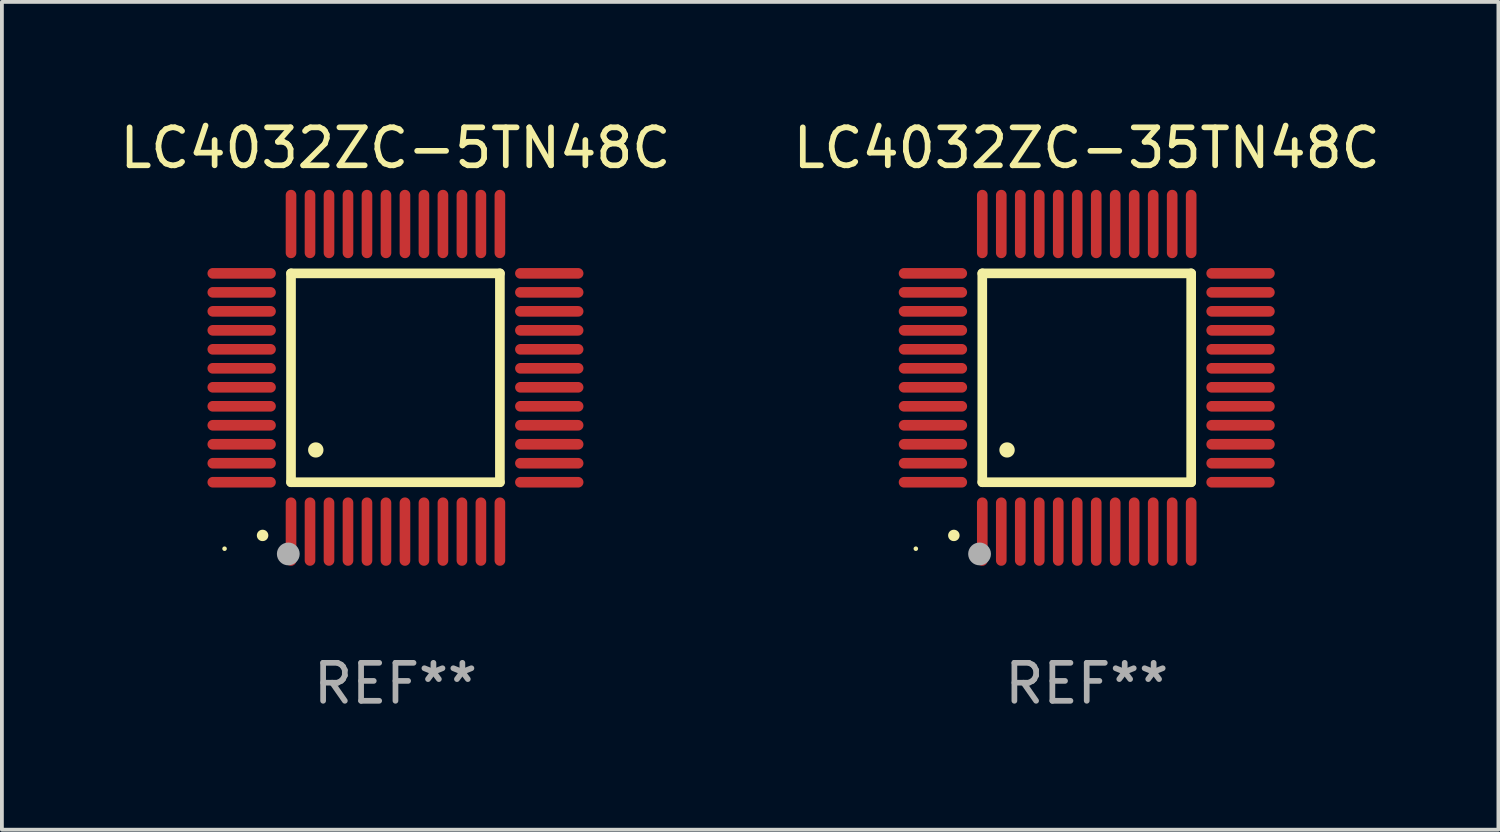
<source format=kicad_pcb>
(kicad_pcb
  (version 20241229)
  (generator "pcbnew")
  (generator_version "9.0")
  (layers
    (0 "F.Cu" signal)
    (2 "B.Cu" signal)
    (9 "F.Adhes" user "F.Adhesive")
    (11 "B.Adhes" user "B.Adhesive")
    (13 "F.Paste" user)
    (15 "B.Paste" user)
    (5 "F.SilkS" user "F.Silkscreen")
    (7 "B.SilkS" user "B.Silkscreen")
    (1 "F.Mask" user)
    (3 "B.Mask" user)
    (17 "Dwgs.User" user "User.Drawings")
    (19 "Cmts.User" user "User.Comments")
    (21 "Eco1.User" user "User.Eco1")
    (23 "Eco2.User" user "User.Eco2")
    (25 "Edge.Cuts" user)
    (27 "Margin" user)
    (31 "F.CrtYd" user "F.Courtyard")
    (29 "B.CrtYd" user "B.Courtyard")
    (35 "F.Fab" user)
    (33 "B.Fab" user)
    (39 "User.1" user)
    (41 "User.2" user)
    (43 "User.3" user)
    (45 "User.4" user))
  (footprint "LC4032ZC-5TN48C"
    (layer "F.Cu")
    (at 7.363 6.898)
    (property "Reference" "LC4032ZC-5TN48C" (at 0 -6.05 0) (layer "F.SilkS") (effects (font (size 1 1) (thickness 0.15))))
    (attr through_hole)
    (fp_line (start -2.75 -2.75) (end 2.75 -2.75) (stroke (width 0.254) (type solid)) (layer "F.SilkS"))
    (fp_line (start -2.75 2.75) (end -2.75 -2.75) (stroke (width 0.254) (type solid)) (layer "F.SilkS"))
    (fp_line (start 2.75 -2.75) (end 2.75 2.75) (stroke (width 0.254) (type solid)) (layer "F.SilkS"))
    (fp_line (start 2.75 2.75) (end -2.75 2.75) (stroke (width 0.254) (type solid)) (layer "F.SilkS"))
    (fp_arc (start -3.500127 4.150368) (mid -3.498857 4.150363) (end -3.497587 4.150368) (stroke (width 0.3) (type solid)) (layer "F.SilkS"))
    (fp_arc (start -2.100584 1.899924) (mid -2.098044 1.899908) (end -2.095504 1.899924) (stroke (width 0.4) (type solid)) (layer "F.SilkS"))
    (fp_circle (center -4.5 4.5) (end -4.47 4.5) (stroke (width 0.06) (type solid)) (fill no) (layer "F.SilkS"))
    (fp_circle (center -2.822 4.638) (end -2.672 4.638) (stroke (width 0.3) (type solid)) (fill no) (layer "F.Fab"))
    (fp_text user "REF**" (at 0 8.05 0) (layer "F.Fab") (effects (font (size 1 1) (thickness 0.15))))
    (pad "1" smd oval (at -2.75 4.05) (size 0.28 1.8) (layers "F.Cu" "F.Mask" "F.Paste"))
    (pad "2" smd oval (at -2.25 4.05) (size 0.28 1.8) (layers "F.Cu" "F.Mask" "F.Paste"))
    (pad "3" smd oval (at -1.75 4.05) (size 0.28 1.8) (layers "F.Cu" "F.Mask" "F.Paste"))
    (pad "4" smd oval (at -1.25 4.05) (size 0.28 1.8) (layers "F.Cu" "F.Mask" "F.Paste"))
    (pad "5" smd oval (at -0.75 4.05) (size 0.28 1.8) (layers "F.Cu" "F.Mask" "F.Paste"))
    (pad "6" smd oval (at -0.25 4.05) (size 0.28 1.8) (layers "F.Cu" "F.Mask" "F.Paste"))
    (pad "7" smd oval (at 0.25 4.05) (size 0.28 1.8) (layers "F.Cu" "F.Mask" "F.Paste"))
    (pad "8" smd oval (at 0.75 4.05) (size 0.28 1.8) (layers "F.Cu" "F.Mask" "F.Paste"))
    (pad "9" smd oval (at 1.25 4.05) (size 0.28 1.8) (layers "F.Cu" "F.Mask" "F.Paste"))
    (pad "10" smd oval (at 1.75 4.05) (size 0.28 1.8) (layers "F.Cu" "F.Mask" "F.Paste"))
    (pad "11" smd oval (at 2.25 4.05) (size 0.28 1.8) (layers "F.Cu" "F.Mask" "F.Paste"))
    (pad "12" smd oval (at 2.75 4.05) (size 0.28 1.8) (layers "F.Cu" "F.Mask" "F.Paste"))
    (pad "13" smd oval (at 4.05 2.75) (size 1.8 0.28) (layers "F.Cu" "F.Mask" "F.Paste"))
    (pad "14" smd oval (at 4.05 2.25) (size 1.8 0.28) (layers "F.Cu" "F.Mask" "F.Paste"))
    (pad "15" smd oval (at 4.05 1.75) (size 1.8 0.28) (layers "F.Cu" "F.Mask" "F.Paste"))
    (pad "16" smd oval (at 4.05 1.25) (size 1.8 0.28) (layers "F.Cu" "F.Mask" "F.Paste"))
    (pad "17" smd oval (at 4.05 0.75) (size 1.8 0.28) (layers "F.Cu" "F.Mask" "F.Paste"))
    (pad "18" smd oval (at 4.05 0.25) (size 1.8 0.28) (layers "F.Cu" "F.Mask" "F.Paste"))
    (pad "19" smd oval (at 4.05 -0.25) (size 1.8 0.28) (layers "F.Cu" "F.Mask" "F.Paste"))
    (pad "20" smd oval (at 4.05 -0.75) (size 1.8 0.28) (layers "F.Cu" "F.Mask" "F.Paste"))
    (pad "21" smd oval (at 4.05 -1.25) (size 1.8 0.28) (layers "F.Cu" "F.Mask" "F.Paste"))
    (pad "22" smd oval (at 4.05 -1.75) (size 1.8 0.28) (layers "F.Cu" "F.Mask" "F.Paste"))
    (pad "23" smd oval (at 4.05 -2.25) (size 1.8 0.28) (layers "F.Cu" "F.Mask" "F.Paste"))
    (pad "24" smd oval (at 4.05 -2.75) (size 1.8 0.28) (layers "F.Cu" "F.Mask" "F.Paste"))
    (pad "25" smd oval (at 2.75 -4.05) (size 0.28 1.8) (layers "F.Cu" "F.Mask" "F.Paste"))
    (pad "26" smd oval (at 2.25 -4.05) (size 0.28 1.8) (layers "F.Cu" "F.Mask" "F.Paste"))
    (pad "27" smd oval (at 1.75 -4.05) (size 0.28 1.8) (layers "F.Cu" "F.Mask" "F.Paste"))
    (pad "28" smd oval (at 1.25 -4.05) (size 0.28 1.8) (layers "F.Cu" "F.Mask" "F.Paste"))
    (pad "29" smd oval (at 0.75 -4.05) (size 0.28 1.8) (layers "F.Cu" "F.Mask" "F.Paste"))
    (pad "30" smd oval (at 0.25 -4.05) (size 0.28 1.8) (layers "F.Cu" "F.Mask" "F.Paste"))
    (pad "31" smd oval (at -0.25 -4.05) (size 0.28 1.8) (layers "F.Cu" "F.Mask" "F.Paste"))
    (pad "32" smd oval (at -0.75 -4.05) (size 0.28 1.8) (layers "F.Cu" "F.Mask" "F.Paste"))
    (pad "33" smd oval (at -1.25 -4.05) (size 0.28 1.8) (layers "F.Cu" "F.Mask" "F.Paste"))
    (pad "34" smd oval (at -1.75 -4.05) (size 0.28 1.8) (layers "F.Cu" "F.Mask" "F.Paste"))
    (pad "35" smd oval (at -2.25 -4.05) (size 0.28 1.8) (layers "F.Cu" "F.Mask" "F.Paste"))
    (pad "36" smd oval (at -2.75 -4.05) (size 0.28 1.8) (layers "F.Cu" "F.Mask" "F.Paste"))
    (pad "37" smd oval (at -4.05 -2.75) (size 1.8 0.28) (layers "F.Cu" "F.Mask" "F.Paste"))
    (pad "38" smd oval (at -4.05 -2.25) (size 1.8 0.28) (layers "F.Cu" "F.Mask" "F.Paste"))
    (pad "39" smd oval (at -4.05 -1.75) (size 1.8 0.28) (layers "F.Cu" "F.Mask" "F.Paste"))
    (pad "40" smd oval (at -4.05 -1.25) (size 1.8 0.28) (layers "F.Cu" "F.Mask" "F.Paste"))
    (pad "41" smd oval (at -4.05 -0.75) (size 1.8 0.28) (layers "F.Cu" "F.Mask" "F.Paste"))
    (pad "42" smd oval (at -4.05 -0.25) (size 1.8 0.28) (layers "F.Cu" "F.Mask" "F.Paste"))
    (pad "43" smd oval (at -4.05 0.25) (size 1.8 0.28) (layers "F.Cu" "F.Mask" "F.Paste"))
    (pad "44" smd oval (at -4.05 0.75) (size 1.8 0.28) (layers "F.Cu" "F.Mask" "F.Paste"))
    (pad "45" smd oval (at -4.05 1.25) (size 1.8 0.28) (layers "F.Cu" "F.Mask" "F.Paste"))
    (pad "46" smd oval (at -4.05 1.75) (size 1.8 0.28) (layers "F.Cu" "F.Mask" "F.Paste"))
    (pad "47" smd oval (at -4.05 2.25) (size 1.8 0.28) (layers "F.Cu" "F.Mask" "F.Paste"))
    (pad "48" smd oval (at -4.05 2.75) (size 1.8 0.28) (layers "F.Cu" "F.Mask" "F.Paste")))
  (footprint "LC4032ZC-35TN48C"
    (layer "F.Cu")
    (at 25.565 6.898)
    (property "Reference" "LC4032ZC-35TN48C" (at 0 -6.05 0) (layer "F.SilkS") (effects (font (size 1 1) (thickness 0.15))))
    (attr through_hole)
    (fp_line (start -2.75 -2.75) (end 2.75 -2.75) (stroke (width 0.254) (type solid)) (layer "F.SilkS"))
    (fp_line (start -2.75 2.75) (end -2.75 -2.75) (stroke (width 0.254) (type solid)) (layer "F.SilkS"))
    (fp_line (start 2.75 -2.75) (end 2.75 2.75) (stroke (width 0.254) (type solid)) (layer "F.SilkS"))
    (fp_line (start 2.75 2.75) (end -2.75 2.75) (stroke (width 0.254) (type solid)) (layer "F.SilkS"))
    (fp_arc (start -3.500127 4.150368) (mid -3.498857 4.150363) (end -3.497587 4.150368) (stroke (width 0.3) (type solid)) (layer "F.SilkS"))
    (fp_arc (start -2.100584 1.899924) (mid -2.098044 1.899908) (end -2.095504 1.899924) (stroke (width 0.4) (type solid)) (layer "F.SilkS"))
    (fp_circle (center -4.5 4.5) (end -4.47 4.5) (stroke (width 0.06) (type solid)) (fill no) (layer "F.SilkS"))
    (fp_circle (center -2.822 4.638) (end -2.672 4.638) (stroke (width 0.3) (type solid)) (fill no) (layer "F.Fab"))
    (fp_text user "REF**" (at 0 8.05 0) (layer "F.Fab") (effects (font (size 1 1) (thickness 0.15))))
    (pad "1" smd oval (at -2.75 4.05) (size 0.28 1.8) (layers "F.Cu" "F.Mask" "F.Paste"))
    (pad "2" smd oval (at -2.25 4.05) (size 0.28 1.8) (layers "F.Cu" "F.Mask" "F.Paste"))
    (pad "3" smd oval (at -1.75 4.05) (size 0.28 1.8) (layers "F.Cu" "F.Mask" "F.Paste"))
    (pad "4" smd oval (at -1.25 4.05) (size 0.28 1.8) (layers "F.Cu" "F.Mask" "F.Paste"))
    (pad "5" smd oval (at -0.75 4.05) (size 0.28 1.8) (layers "F.Cu" "F.Mask" "F.Paste"))
    (pad "6" smd oval (at -0.25 4.05) (size 0.28 1.8) (layers "F.Cu" "F.Mask" "F.Paste"))
    (pad "7" smd oval (at 0.25 4.05) (size 0.28 1.8) (layers "F.Cu" "F.Mask" "F.Paste"))
    (pad "8" smd oval (at 0.75 4.05) (size 0.28 1.8) (layers "F.Cu" "F.Mask" "F.Paste"))
    (pad "9" smd oval (at 1.25 4.05) (size 0.28 1.8) (layers "F.Cu" "F.Mask" "F.Paste"))
    (pad "10" smd oval (at 1.75 4.05) (size 0.28 1.8) (layers "F.Cu" "F.Mask" "F.Paste"))
    (pad "11" smd oval (at 2.25 4.05) (size 0.28 1.8) (layers "F.Cu" "F.Mask" "F.Paste"))
    (pad "12" smd oval (at 2.75 4.05) (size 0.28 1.8) (layers "F.Cu" "F.Mask" "F.Paste"))
    (pad "13" smd oval (at 4.05 2.75) (size 1.8 0.28) (layers "F.Cu" "F.Mask" "F.Paste"))
    (pad "14" smd oval (at 4.05 2.25) (size 1.8 0.28) (layers "F.Cu" "F.Mask" "F.Paste"))
    (pad "15" smd oval (at 4.05 1.75) (size 1.8 0.28) (layers "F.Cu" "F.Mask" "F.Paste"))
    (pad "16" smd oval (at 4.05 1.25) (size 1.8 0.28) (layers "F.Cu" "F.Mask" "F.Paste"))
    (pad "17" smd oval (at 4.05 0.75) (size 1.8 0.28) (layers "F.Cu" "F.Mask" "F.Paste"))
    (pad "18" smd oval (at 4.05 0.25) (size 1.8 0.28) (layers "F.Cu" "F.Mask" "F.Paste"))
    (pad "19" smd oval (at 4.05 -0.25) (size 1.8 0.28) (layers "F.Cu" "F.Mask" "F.Paste"))
    (pad "20" smd oval (at 4.05 -0.75) (size 1.8 0.28) (layers "F.Cu" "F.Mask" "F.Paste"))
    (pad "21" smd oval (at 4.05 -1.25) (size 1.8 0.28) (layers "F.Cu" "F.Mask" "F.Paste"))
    (pad "22" smd oval (at 4.05 -1.75) (size 1.8 0.28) (layers "F.Cu" "F.Mask" "F.Paste"))
    (pad "23" smd oval (at 4.05 -2.25) (size 1.8 0.28) (layers "F.Cu" "F.Mask" "F.Paste"))
    (pad "24" smd oval (at 4.05 -2.75) (size 1.8 0.28) (layers "F.Cu" "F.Mask" "F.Paste"))
    (pad "25" smd oval (at 2.75 -4.05) (size 0.28 1.8) (layers "F.Cu" "F.Mask" "F.Paste"))
    (pad "26" smd oval (at 2.25 -4.05) (size 0.28 1.8) (layers "F.Cu" "F.Mask" "F.Paste"))
    (pad "27" smd oval (at 1.75 -4.05) (size 0.28 1.8) (layers "F.Cu" "F.Mask" "F.Paste"))
    (pad "28" smd oval (at 1.25 -4.05) (size 0.28 1.8) (layers "F.Cu" "F.Mask" "F.Paste"))
    (pad "29" smd oval (at 0.75 -4.05) (size 0.28 1.8) (layers "F.Cu" "F.Mask" "F.Paste"))
    (pad "30" smd oval (at 0.25 -4.05) (size 0.28 1.8) (layers "F.Cu" "F.Mask" "F.Paste"))
    (pad "31" smd oval (at -0.25 -4.05) (size 0.28 1.8) (layers "F.Cu" "F.Mask" "F.Paste"))
    (pad "32" smd oval (at -0.75 -4.05) (size 0.28 1.8) (layers "F.Cu" "F.Mask" "F.Paste"))
    (pad "33" smd oval (at -1.25 -4.05) (size 0.28 1.8) (layers "F.Cu" "F.Mask" "F.Paste"))
    (pad "34" smd oval (at -1.75 -4.05) (size 0.28 1.8) (layers "F.Cu" "F.Mask" "F.Paste"))
    (pad "35" smd oval (at -2.25 -4.05) (size 0.28 1.8) (layers "F.Cu" "F.Mask" "F.Paste"))
    (pad "36" smd oval (at -2.75 -4.05) (size 0.28 1.8) (layers "F.Cu" "F.Mask" "F.Paste"))
    (pad "37" smd oval (at -4.05 -2.75) (size 1.8 0.28) (layers "F.Cu" "F.Mask" "F.Paste"))
    (pad "38" smd oval (at -4.05 -2.25) (size 1.8 0.28) (layers "F.Cu" "F.Mask" "F.Paste"))
    (pad "39" smd oval (at -4.05 -1.75) (size 1.8 0.28) (layers "F.Cu" "F.Mask" "F.Paste"))
    (pad "40" smd oval (at -4.05 -1.25) (size 1.8 0.28) (layers "F.Cu" "F.Mask" "F.Paste"))
    (pad "41" smd oval (at -4.05 -0.75) (size 1.8 0.28) (layers "F.Cu" "F.Mask" "F.Paste"))
    (pad "42" smd oval (at -4.05 -0.25) (size 1.8 0.28) (layers "F.Cu" "F.Mask" "F.Paste"))
    (pad "43" smd oval (at -4.05 0.25) (size 1.8 0.28) (layers "F.Cu" "F.Mask" "F.Paste"))
    (pad "44" smd oval (at -4.05 0.75) (size 1.8 0.28) (layers "F.Cu" "F.Mask" "F.Paste"))
    (pad "45" smd oval (at -4.05 1.25) (size 1.8 0.28) (layers "F.Cu" "F.Mask" "F.Paste"))
    (pad "46" smd oval (at -4.05 1.75) (size 1.8 0.28) (layers "F.Cu" "F.Mask" "F.Paste"))
    (pad "47" smd oval (at -4.05 2.25) (size 1.8 0.28) (layers "F.Cu" "F.Mask" "F.Paste"))
    (pad "48" smd oval (at -4.05 2.75) (size 1.8 0.28) (layers "F.Cu" "F.Mask" "F.Paste")))
  (gr_rect
    (start -3 -3)
    (end 36.405 18.797)
    (stroke (width 0.1) (type default))
    (fill no)
    (layer "Edge.Cuts")))
</source>
